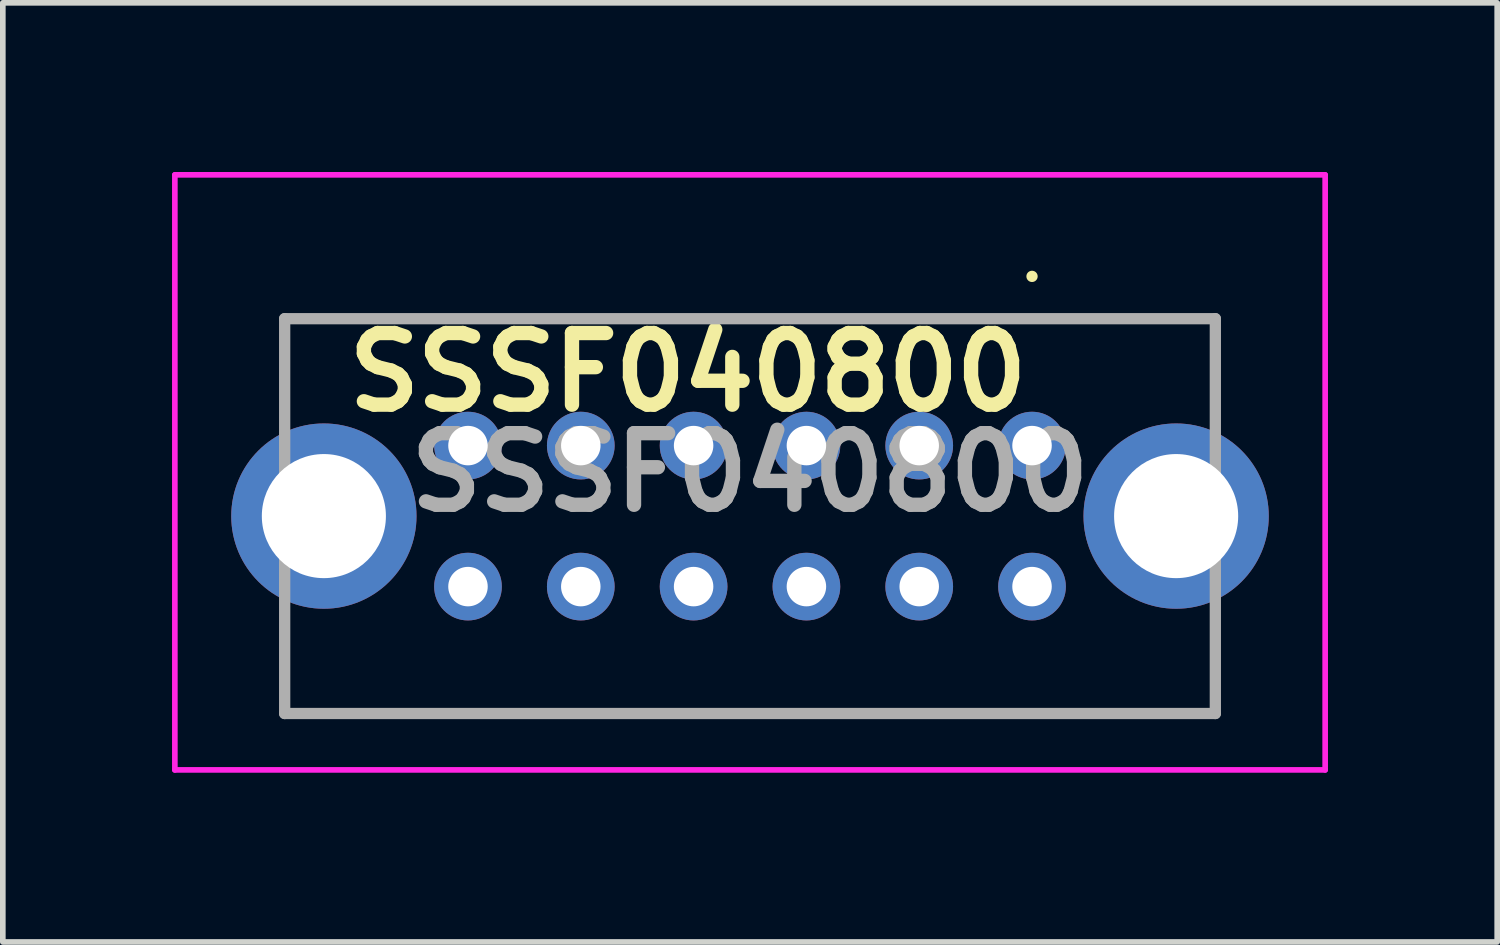
<source format=kicad_pcb>
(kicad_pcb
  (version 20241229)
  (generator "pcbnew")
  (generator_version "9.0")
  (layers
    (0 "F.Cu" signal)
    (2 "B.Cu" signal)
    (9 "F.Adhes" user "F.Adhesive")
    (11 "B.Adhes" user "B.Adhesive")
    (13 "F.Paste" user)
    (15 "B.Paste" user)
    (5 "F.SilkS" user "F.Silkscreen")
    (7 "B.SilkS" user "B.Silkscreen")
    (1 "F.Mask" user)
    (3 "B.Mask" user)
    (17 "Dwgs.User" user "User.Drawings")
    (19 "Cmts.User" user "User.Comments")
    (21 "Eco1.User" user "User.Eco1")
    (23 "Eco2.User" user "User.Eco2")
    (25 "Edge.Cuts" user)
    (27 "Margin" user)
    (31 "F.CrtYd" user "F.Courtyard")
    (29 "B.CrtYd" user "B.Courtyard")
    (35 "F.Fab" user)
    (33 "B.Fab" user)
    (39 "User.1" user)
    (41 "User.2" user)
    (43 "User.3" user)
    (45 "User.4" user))
  (footprint "SSSF040800"
    (layer "F.Cu")
    (at 5.247 4.85)
    (property "Reference" "SSSF040800" (at 3.9 -1.3 0) (layer "F.SilkS") (effects (font (size 1.27 1.27) (thickness 0.254))))
    (attr through_hole)
    (fp_line (start -3.25 -2.25) (end -3.25 -2.25) (stroke (width 0.1) (type solid)) (layer "F.SilkS"))
    (fp_line (start -3.25 -2.25) (end -3.25 -2.25) (stroke (width 0.1) (type solid)) (layer "F.SilkS"))
    (fp_line (start -3.25 -2.25) (end -3.25 -0.75) (stroke (width 0.1) (type solid)) (layer "F.SilkS"))
    (fp_line (start -3.25 -2.25) (end 13.25 -2.25) (stroke (width 0.1) (type solid)) (layer "F.SilkS"))
    (fp_line (start -3.25 -0.75) (end -3.25 -2.25) (stroke (width 0.1) (type solid)) (layer "F.SilkS"))
    (fp_line (start -3.25 -0.75) (end -3.25 -0.75) (stroke (width 0.1) (type solid)) (layer "F.SilkS"))
    (fp_line (start -3.25 3.25) (end -3.25 3.25) (stroke (width 0.1) (type solid)) (layer "F.SilkS"))
    (fp_line (start -3.25 3.25) (end -3.25 4.75) (stroke (width 0.1) (type solid)) (layer "F.SilkS"))
    (fp_line (start -3.25 4.75) (end -3.25 3.25) (stroke (width 0.1) (type solid)) (layer "F.SilkS"))
    (fp_line (start -3.25 4.75) (end -3.25 4.75) (stroke (width 0.1) (type solid)) (layer "F.SilkS"))
    (fp_line (start -3.25 4.75) (end -3.25 4.75) (stroke (width 0.1) (type solid)) (layer "F.SilkS"))
    (fp_line (start -3.25 4.75) (end 13.25 4.75) (stroke (width 0.1) (type solid)) (layer "F.SilkS"))
    (fp_line (start 10 -3) (end 10 -3) (stroke (width 0.2) (type solid)) (layer "F.SilkS"))
    (fp_line (start 13.25 -2.25) (end -3.25 -2.25) (stroke (width 0.1) (type solid)) (layer "F.SilkS"))
    (fp_line (start 13.25 -2.25) (end 13.25 -2.25) (stroke (width 0.1) (type solid)) (layer "F.SilkS"))
    (fp_line (start 13.25 -2.25) (end 13.25 -2.25) (stroke (width 0.1) (type solid)) (layer "F.SilkS"))
    (fp_line (start 13.25 -2.25) (end 13.25 -0.75) (stroke (width 0.1) (type solid)) (layer "F.SilkS"))
    (fp_line (start 13.25 -0.75) (end 13.25 -2.25) (stroke (width 0.1) (type solid)) (layer "F.SilkS"))
    (fp_line (start 13.25 -0.75) (end 13.25 -0.75) (stroke (width 0.1) (type solid)) (layer "F.SilkS"))
    (fp_line (start 13.25 3.5) (end 13.25 3.5) (stroke (width 0.1) (type solid)) (layer "F.SilkS"))
    (fp_line (start 13.25 3.5) (end 13.25 4.75) (stroke (width 0.1) (type solid)) (layer "F.SilkS"))
    (fp_line (start 13.25 4.75) (end -3.25 4.75) (stroke (width 0.1) (type solid)) (layer "F.SilkS"))
    (fp_line (start 13.25 4.75) (end 13.25 3.5) (stroke (width 0.1) (type solid)) (layer "F.SilkS"))
    (fp_line (start 13.25 4.75) (end 13.25 4.75) (stroke (width 0.1) (type solid)) (layer "F.SilkS"))
    (fp_line (start 13.25 4.75) (end 13.25 4.75) (stroke (width 0.1) (type solid)) (layer "F.SilkS"))
    (fp_line (start -5.197 -4.8) (end 15.197 -4.8) (stroke (width 0.1) (type solid)) (layer "F.CrtYd"))
    (fp_line (start -5.197 5.75) (end -5.197 -4.8) (stroke (width 0.1) (type solid)) (layer "F.CrtYd"))
    (fp_line (start 15.197 -4.8) (end 15.197 5.75) (stroke (width 0.1) (type solid)) (layer "F.CrtYd"))
    (fp_line (start 15.197 5.75) (end -5.197 5.75) (stroke (width 0.1) (type solid)) (layer "F.CrtYd"))
    (fp_line (start -3.25 -2.25) (end -3.25 4.75) (stroke (width 0.2) (type solid)) (layer "F.Fab"))
    (fp_line (start -3.25 4.75) (end 13.25 4.75) (stroke (width 0.2) (type solid)) (layer "F.Fab"))
    (fp_line (start 13.25 -2.25) (end -3.25 -2.25) (stroke (width 0.2) (type solid)) (layer "F.Fab"))
    (fp_line (start 13.25 4.75) (end 13.25 -2.25) (stroke (width 0.2) (type solid)) (layer "F.Fab"))
    (fp_text user "${REFERENCE}" (at 5 0.475 0) (layer "F.Fab") (effects (font (size 1.27 1.27) (thickness 0.254))))
    (pad "1" thru_hole circle (at 10 0) (size 1.2 1.2) (drill 0.7) (layers "*.Cu" "*.Mask"))
    (pad "2" thru_hole circle (at 8 0) (size 1.2 1.2) (drill 0.7) (layers "*.Cu" "*.Mask"))
    (pad "3" thru_hole circle (at 6 0) (size 1.2 1.2) (drill 0.7) (layers "*.Cu" "*.Mask"))
    (pad "4" thru_hole circle (at 4 0) (size 1.2 1.2) (drill 0.7) (layers "*.Cu" "*.Mask"))
    (pad "5" thru_hole circle (at 2 0) (size 1.2 1.2) (drill 0.7) (layers "*.Cu" "*.Mask"))
    (pad "6" thru_hole circle (at 0 0) (size 1.2 1.2) (drill 0.7) (layers "*.Cu" "*.Mask"))
    (pad "7" thru_hole circle (at 0 2.5) (size 1.2 1.2) (drill 0.7) (layers "*.Cu" "*.Mask"))
    (pad "8" thru_hole circle (at 2 2.5) (size 1.2 1.2) (drill 0.7) (layers "*.Cu" "*.Mask"))
    (pad "9" thru_hole circle (at 4 2.5) (size 1.2 1.2) (drill 0.7) (layers "*.Cu" "*.Mask"))
    (pad "10" thru_hole circle (at 6 2.5) (size 1.2 1.2) (drill 0.7) (layers "*.Cu" "*.Mask"))
    (pad "11" thru_hole circle (at 8 2.5) (size 1.2 1.2) (drill 0.7) (layers "*.Cu" "*.Mask"))
    (pad "12" thru_hole circle (at 10 2.5) (size 1.2 1.2) (drill 0.7) (layers "*.Cu" "*.Mask"))
    (pad "MH" thru_hole circle (at -2.555 1.25) (size 3.285 3.285) (drill 2.2) (layers "*.Cu" "*.Mask"))
    (pad "MH" thru_hole circle (at 12.555 1.25) (size 3.285 3.285) (drill 2.2) (layers "*.Cu" "*.Mask")))
  (gr_rect
    (start -3 -3)
    (end 23.494 13.65)
    (stroke (width 0.1) (type default))
    (fill no)
    (layer "Edge.Cuts")))
</source>
